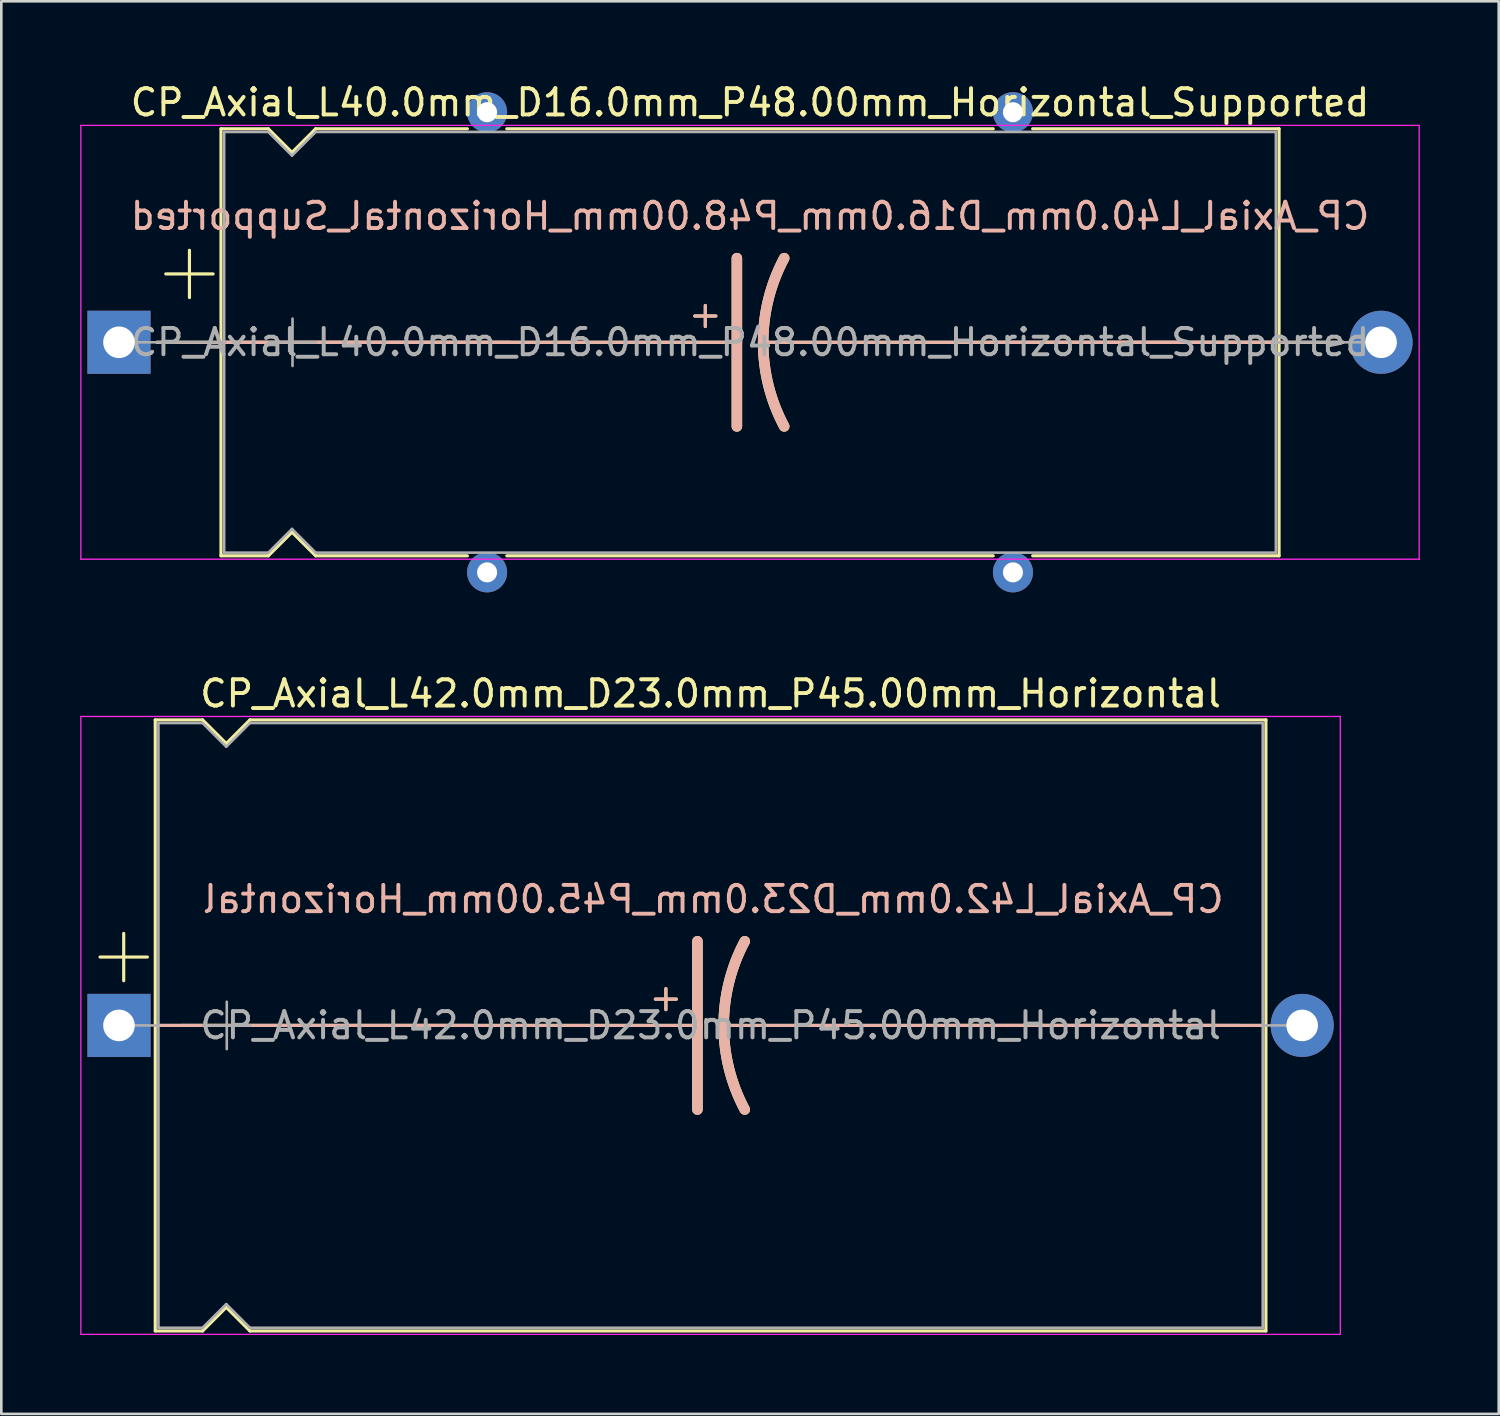
<source format=kicad_pcb>
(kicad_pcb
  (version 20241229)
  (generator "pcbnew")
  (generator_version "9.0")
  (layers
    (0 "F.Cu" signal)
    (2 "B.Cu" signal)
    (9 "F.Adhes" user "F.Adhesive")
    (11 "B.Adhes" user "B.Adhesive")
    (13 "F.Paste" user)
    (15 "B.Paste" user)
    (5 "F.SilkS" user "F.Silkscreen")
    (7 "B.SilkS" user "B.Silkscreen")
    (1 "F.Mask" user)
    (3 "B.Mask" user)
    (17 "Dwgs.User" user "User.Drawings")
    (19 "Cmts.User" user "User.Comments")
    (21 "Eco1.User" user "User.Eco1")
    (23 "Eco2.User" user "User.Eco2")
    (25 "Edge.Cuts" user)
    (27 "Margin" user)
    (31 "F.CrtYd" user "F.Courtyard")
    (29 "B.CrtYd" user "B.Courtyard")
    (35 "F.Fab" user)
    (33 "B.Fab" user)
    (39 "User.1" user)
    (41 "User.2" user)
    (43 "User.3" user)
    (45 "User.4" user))
  (footprint "CP_Axial_L42.0mm_D23.0mm_P45.00mm_Horizontal"
    (layer "F.Cu")
    (at 1.475 35.949)
    (property "Reference" "CP_Axial_L42.0mm_D23.0mm_P45.00mm_Horizontal" (at 22.5 -12.62 0) (layer "F.SilkS") (effects (font (size 1 1) (thickness 0.15))))
    (fp_line (start -0.72 -2.6) (end 1.08 -2.6) (stroke (width 0.12) (type solid)) (layer "F.SilkS"))
    (fp_line (start 0.18 -3.5) (end 0.18 -1.7) (stroke (width 0.12) (type solid)) (layer "F.SilkS"))
    (fp_line (start 1.38 -11.62) (end 1.38 11.62) (stroke (width 0.12) (type solid)) (layer "F.SilkS"))
    (fp_line (start 1.38 -11.62) (end 3.18 -11.62) (stroke (width 0.12) (type solid)) (layer "F.SilkS"))
    (fp_line (start 1.38 0) (end 22 0) (stroke (width 0.12) (type solid)) (layer "F.SilkS"))
    (fp_line (start 1.38 11.62) (end 3.18 11.62) (stroke (width 0.12) (type solid)) (layer "F.SilkS"))
    (fp_line (start 3.18 -11.62) (end 4.08 -10.72) (stroke (width 0.12) (type solid)) (layer "F.SilkS"))
    (fp_line (start 3.18 11.62) (end 4.08 10.72) (stroke (width 0.12) (type solid)) (layer "F.SilkS"))
    (fp_line (start 4.08 -10.72) (end 4.98 -11.62) (stroke (width 0.12) (type solid)) (layer "F.SilkS"))
    (fp_line (start 4.08 10.72) (end 4.98 11.62) (stroke (width 0.12) (type solid)) (layer "F.SilkS"))
    (fp_line (start 4.98 -11.62) (end 43.62 -11.62) (stroke (width 0.12) (type solid)) (layer "F.SilkS"))
    (fp_line (start 4.98 11.62) (end 43.62 11.62) (stroke (width 0.12) (type solid)) (layer "F.SilkS"))
    (fp_line (start 20.4 -1) (end 21.2 -1) (stroke (width 0.12) (type solid)) (layer "F.SilkS"))
    (fp_line (start 20.8 -1.4) (end 20.8 -0.6) (stroke (width 0.12) (type solid)) (layer "F.SilkS"))
    (fp_line (start 22 0) (end 22 -3.2) (stroke (width 0.4) (type solid)) (layer "F.SilkS"))
    (fp_line (start 22 0) (end 22 3.2) (stroke (width 0.4) (type solid)) (layer "F.SilkS"))
    (fp_line (start 43.62 -11.62) (end 43.62 11.62) (stroke (width 0.12) (type solid)) (layer "F.SilkS"))
    (fp_line (start 43.62 0) (end 23 0) (stroke (width 0.12) (type solid)) (layer "F.SilkS"))
    (fp_arc (start 23 0) (mid 23.203545 -1.649114) (end 23.8 -3.2) (stroke (width 0.4) (type solid)) (layer "F.SilkS"))
    (fp_arc (start 23.8 3.2) (mid 23.200704 1.649824) (end 23 0) (stroke (width 0.4) (type solid)) (layer "F.SilkS"))
    (fp_line (start 1.4 0) (end 13.38 0) (stroke (width 0.12) (type solid)) (layer "B.SilkS"))
    (fp_line (start 2.38 0) (end 22 0) (stroke (width 0.12) (type solid)) (layer "B.SilkS"))
    (fp_line (start 20.4 -1) (end 21.2 -1) (stroke (width 0.12) (type solid)) (layer "B.SilkS"))
    (fp_line (start 20.8 -0.6) (end 20.8 -1.4) (stroke (width 0.12) (type solid)) (layer "B.SilkS"))
    (fp_line (start 22 0) (end 22 -3.2) (stroke (width 0.4) (type solid)) (layer "B.SilkS"))
    (fp_line (start 22 0) (end 22 3.2) (stroke (width 0.4) (type solid)) (layer "B.SilkS"))
    (fp_line (start 42.62 0) (end 23 0) (stroke (width 0.12) (type solid)) (layer "B.SilkS"))
    (fp_line (start 43.6 0) (end 31.62 0) (stroke (width 0.12) (type solid)) (layer "B.SilkS"))
    (fp_arc (start 23 0) (mid 23.200703 -1.649824) (end 23.8 -3.2) (stroke (width 0.4) (type solid)) (layer "B.SilkS"))
    (fp_arc (start 23.8 3.2) (mid 23.203544 1.649114) (end 23 0) (stroke (width 0.4) (type solid)) (layer "B.SilkS"))
    (fp_line (start -1.45 -11.75) (end -1.45 11.75) (stroke (width 0.05) (type solid)) (layer "F.CrtYd"))
    (fp_line (start -1.45 11.75) (end 46.45 11.75) (stroke (width 0.05) (type solid)) (layer "F.CrtYd"))
    (fp_line (start 46.45 -11.75) (end -1.45 -11.75) (stroke (width 0.05) (type solid)) (layer "F.CrtYd"))
    (fp_line (start 46.45 11.75) (end 46.45 -11.75) (stroke (width 0.05) (type solid)) (layer "F.CrtYd"))
    (fp_line (start 0 0) (end 1.5 0) (stroke (width 0.1) (type solid)) (layer "F.Fab"))
    (fp_line (start 1.5 -11.5) (end 1.5 11.5) (stroke (width 0.1) (type solid)) (layer "F.Fab"))
    (fp_line (start 1.5 -11.5) (end 3.18 -11.5) (stroke (width 0.1) (type solid)) (layer "F.Fab"))
    (fp_line (start 1.5 11.5) (end 3.18 11.5) (stroke (width 0.1) (type solid)) (layer "F.Fab"))
    (fp_line (start 3.18 -11.5) (end 4.08 -10.6) (stroke (width 0.1) (type solid)) (layer "F.Fab"))
    (fp_line (start 3.18 11.5) (end 4.08 10.6) (stroke (width 0.1) (type solid)) (layer "F.Fab"))
    (fp_line (start 3.2 0) (end 5 0) (stroke (width 0.1) (type solid)) (layer "F.Fab"))
    (fp_line (start 4.08 -10.6) (end 4.98 -11.5) (stroke (width 0.1) (type solid)) (layer "F.Fab"))
    (fp_line (start 4.08 10.6) (end 4.98 11.5) (stroke (width 0.1) (type solid)) (layer "F.Fab"))
    (fp_line (start 4.1 -0.9) (end 4.1 0.9) (stroke (width 0.1) (type solid)) (layer "F.Fab"))
    (fp_line (start 4.98 -11.5) (end 43.5 -11.5) (stroke (width 0.1) (type solid)) (layer "F.Fab"))
    (fp_line (start 4.98 11.5) (end 43.5 11.5) (stroke (width 0.1) (type solid)) (layer "F.Fab"))
    (fp_line (start 43.5 -11.5) (end 43.5 11.5) (stroke (width 0.1) (type solid)) (layer "F.Fab"))
    (fp_line (start 45 0) (end 43.5 0) (stroke (width 0.1) (type solid)) (layer "F.Fab"))
    (fp_text user "${REFERENCE}" (at 22.6 -4.8 0) (layer "B.SilkS") (effects (font (size 1 1) (thickness 0.15)) (justify mirror)))
    (fp_text user "${REFERENCE}" (at 22.5 0 0) (layer "F.Fab") (effects (font (size 1 1) (thickness 0.15))))
    (pad "1" thru_hole rect (at 0 0) (size 2.4 2.4) (drill 1.2) (layers "*.Cu" "*.Mask"))
    (pad "2" thru_hole oval (at 45 0) (size 2.4 2.4) (drill 1.2) (layers "*.Cu" "*.Mask")))
  (footprint "CP_Axial_L40.0mm_D16.0mm_P48.00mm_Horizontal_Supported"
    (layer "F.Cu")
    (at 1.475 9.968)
    (property "Reference" "CP_Axial_L40.0mm_D16.0mm_P48.00mm_Horizontal_Supported" (at 24 -9.12 0) (layer "F.SilkS") (effects (font (size 1 1) (thickness 0.15))))
    (fp_line (start 1.44 0) (end 3.88 0) (stroke (width 0.12) (type solid)) (layer "F.SilkS"))
    (fp_line (start 1.78 -2.6) (end 3.58 -2.6) (stroke (width 0.12) (type solid)) (layer "F.SilkS"))
    (fp_line (start 2.68 -3.5) (end 2.68 -1.7) (stroke (width 0.12) (type solid)) (layer "F.SilkS"))
    (fp_line (start 3.88 -8.12) (end 3.88 8.12) (stroke (width 0.12) (type solid)) (layer "F.SilkS"))
    (fp_line (start 3.88 -8.12) (end 5.68 -8.12) (stroke (width 0.12) (type solid)) (layer "F.SilkS"))
    (fp_line (start 3.88 0) (end 23.5 0) (stroke (width 0.12) (type solid)) (layer "F.SilkS"))
    (fp_line (start 3.88 8.12) (end 5.68 8.12) (stroke (width 0.12) (type solid)) (layer "F.SilkS"))
    (fp_line (start 5.68 -8.12) (end 6.58 -7.22) (stroke (width 0.12) (type solid)) (layer "F.SilkS"))
    (fp_line (start 5.68 8.12) (end 6.58 7.22) (stroke (width 0.12) (type solid)) (layer "F.SilkS"))
    (fp_line (start 6.58 -7.22) (end 7.48 -8.12) (stroke (width 0.12) (type solid)) (layer "F.SilkS"))
    (fp_line (start 6.58 7.22) (end 7.48 8.12) (stroke (width 0.12) (type solid)) (layer "F.SilkS"))
    (fp_line (start 7.48 -8.12) (end 13.25 -8.12) (stroke (width 0.12) (type solid)) (layer "F.SilkS"))
    (fp_line (start 7.48 8.12) (end 13.25 8.12) (stroke (width 0.12) (type solid)) (layer "F.SilkS"))
    (fp_line (start 14.75 -8.12) (end 33.25 -8.12) (stroke (width 0.12) (type solid)) (layer "F.SilkS"))
    (fp_line (start 14.75 8.12) (end 33.25 8.12) (stroke (width 0.12) (type solid)) (layer "F.SilkS"))
    (fp_line (start 21.9 -1) (end 22.7 -1) (stroke (width 0.12) (type solid)) (layer "F.SilkS"))
    (fp_line (start 22.3 -1.4) (end 22.3 -0.6) (stroke (width 0.12) (type solid)) (layer "F.SilkS"))
    (fp_line (start 23.5 0) (end 23.5 -3.2) (stroke (width 0.4) (type solid)) (layer "F.SilkS"))
    (fp_line (start 23.5 0) (end 23.5 3.2) (stroke (width 0.4) (type solid)) (layer "F.SilkS"))
    (fp_line (start 34.75 -8.12) (end 44.12 -8.12) (stroke (width 0.12) (type solid)) (layer "F.SilkS"))
    (fp_line (start 34.75 8.12) (end 44.12 8.12) (stroke (width 0.12) (type solid)) (layer "F.SilkS"))
    (fp_line (start 44.12 -8.12) (end 44.12 8.12) (stroke (width 0.12) (type solid)) (layer "F.SilkS"))
    (fp_line (start 44.12 0) (end 24.5 0) (stroke (width 0.12) (type solid)) (layer "F.SilkS"))
    (fp_line (start 46.56 0) (end 44.12 0) (stroke (width 0.12) (type solid)) (layer "F.SilkS"))
    (fp_arc (start 24.5 0) (mid 24.703545 -1.649114) (end 25.3 -3.2) (stroke (width 0.4) (type solid)) (layer "F.SilkS"))
    (fp_arc (start 25.3 3.2) (mid 24.700704 1.649824) (end 24.5 0) (stroke (width 0.4) (type solid)) (layer "F.SilkS"))
    (fp_line (start 1.45 0) (end 14.88 0) (stroke (width 0.12) (type solid)) (layer "B.SilkS"))
    (fp_line (start 3.88 0) (end 23.5 0) (stroke (width 0.12) (type solid)) (layer "B.SilkS"))
    (fp_line (start 21.9 -1) (end 22.7 -1) (stroke (width 0.12) (type solid)) (layer "B.SilkS"))
    (fp_line (start 22.3 -0.6) (end 22.3 -1.4) (stroke (width 0.12) (type solid)) (layer "B.SilkS"))
    (fp_line (start 23.5 0) (end 23.5 -3.2) (stroke (width 0.4) (type solid)) (layer "B.SilkS"))
    (fp_line (start 23.5 0) (end 23.5 3.2) (stroke (width 0.4) (type solid)) (layer "B.SilkS"))
    (fp_line (start 44.12 0) (end 24.5 0) (stroke (width 0.12) (type solid)) (layer "B.SilkS"))
    (fp_line (start 46.55 0) (end 33.12 0) (stroke (width 0.12) (type solid)) (layer "B.SilkS"))
    (fp_arc (start 24.5 0) (mid 24.700703 -1.649824) (end 25.3 -3.2) (stroke (width 0.4) (type solid)) (layer "B.SilkS"))
    (fp_arc (start 25.3 3.2) (mid 24.703544 1.649114) (end 24.5 0) (stroke (width 0.4) (type solid)) (layer "B.SilkS"))
    (fp_line (start -1.45 -8.25) (end -1.45 8.25) (stroke (width 0.05) (type solid)) (layer "F.CrtYd"))
    (fp_line (start -1.45 8.25) (end 49.45 8.25) (stroke (width 0.05) (type solid)) (layer "F.CrtYd"))
    (fp_line (start 49.45 -8.25) (end -1.45 -8.25) (stroke (width 0.05) (type solid)) (layer "F.CrtYd"))
    (fp_line (start 49.45 8.25) (end 49.45 -8.25) (stroke (width 0.05) (type solid)) (layer "F.CrtYd"))
    (fp_line (start 0 0) (end 4 0) (stroke (width 0.1) (type solid)) (layer "F.Fab"))
    (fp_line (start 4 -8) (end 4 8) (stroke (width 0.1) (type solid)) (layer "F.Fab"))
    (fp_line (start 4 -8) (end 5.68 -8) (stroke (width 0.1) (type solid)) (layer "F.Fab"))
    (fp_line (start 4 8) (end 5.68 8) (stroke (width 0.1) (type solid)) (layer "F.Fab"))
    (fp_line (start 5.68 -8) (end 6.58 -7.1) (stroke (width 0.1) (type solid)) (layer "F.Fab"))
    (fp_line (start 5.68 8) (end 6.58 7.1) (stroke (width 0.1) (type solid)) (layer "F.Fab"))
    (fp_line (start 5.7 0) (end 7.5 0) (stroke (width 0.1) (type solid)) (layer "F.Fab"))
    (fp_line (start 6.58 -7.1) (end 7.48 -8) (stroke (width 0.1) (type solid)) (layer "F.Fab"))
    (fp_line (start 6.58 7.1) (end 7.48 8) (stroke (width 0.1) (type solid)) (layer "F.Fab"))
    (fp_line (start 6.6 -0.9) (end 6.6 0.9) (stroke (width 0.1) (type solid)) (layer "F.Fab"))
    (fp_line (start 7.48 -8) (end 44 -8) (stroke (width 0.1) (type solid)) (layer "F.Fab"))
    (fp_line (start 7.48 8) (end 44 8) (stroke (width 0.1) (type solid)) (layer "F.Fab"))
    (fp_line (start 44 -8) (end 44 8) (stroke (width 0.1) (type solid)) (layer "F.Fab"))
    (fp_line (start 48 0) (end 44 0) (stroke (width 0.1) (type solid)) (layer "F.Fab"))
    (fp_text user "${REFERENCE}" (at 24 -4.8 0) (layer "B.SilkS") (effects (font (size 1 1) (thickness 0.15)) (justify mirror)))
    (fp_text user "${REFERENCE}" (at 24 0 0) (layer "F.Fab") (effects (font (size 1 1) (thickness 0.15))))
    (pad "" thru_hole circle (at 14 -8.75) (size 1.524 1.524) (drill 0.762) (layers "*.Cu" "*.Mask"))
    (pad "" thru_hole circle (at 14 8.75) (size 1.524 1.524) (drill 0.762) (layers "*.Cu" "*.Mask"))
    (pad "" thru_hole circle (at 34 -8.75) (size 1.524 1.524) (drill 0.762) (layers "*.Cu" "*.Mask"))
    (pad "" thru_hole circle (at 34 8.75) (size 1.524 1.524) (drill 0.762) (layers "*.Cu" "*.Mask"))
    (pad "1" thru_hole rect (at 0 0) (size 2.4 2.4) (drill 1.2) (layers "*.Cu" "*.Mask"))
    (pad "2" thru_hole oval (at 48 0) (size 2.4 2.4) (drill 1.2) (layers "*.Cu" "*.Mask")))
  (gr_rect
    (start -3 -3)
    (end 53.95 50.724)
    (stroke (width 0.1) (type default))
    (fill no)
    (layer "Edge.Cuts")))
</source>
